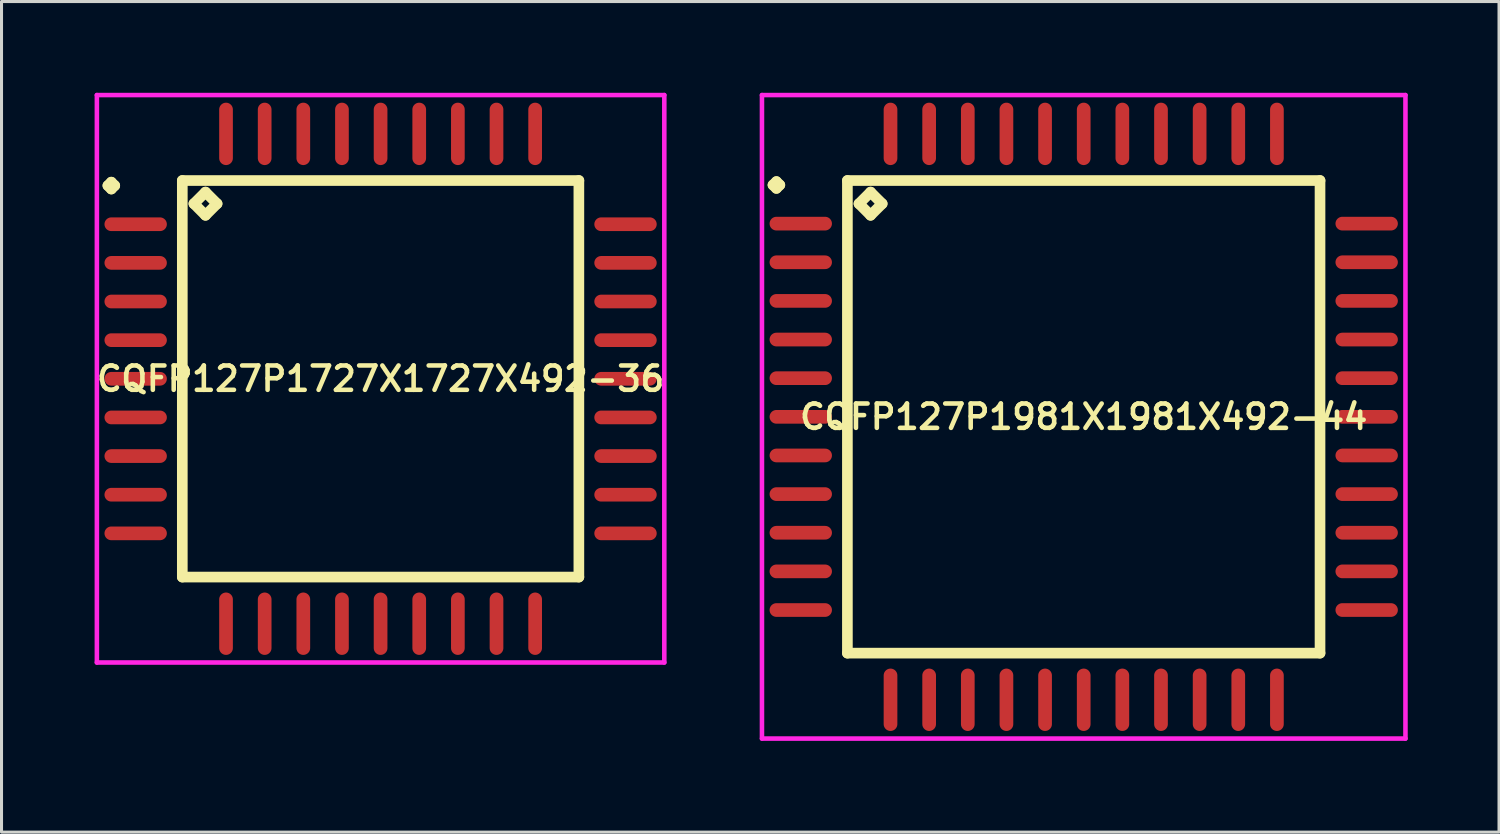
<source format=kicad_pcb>
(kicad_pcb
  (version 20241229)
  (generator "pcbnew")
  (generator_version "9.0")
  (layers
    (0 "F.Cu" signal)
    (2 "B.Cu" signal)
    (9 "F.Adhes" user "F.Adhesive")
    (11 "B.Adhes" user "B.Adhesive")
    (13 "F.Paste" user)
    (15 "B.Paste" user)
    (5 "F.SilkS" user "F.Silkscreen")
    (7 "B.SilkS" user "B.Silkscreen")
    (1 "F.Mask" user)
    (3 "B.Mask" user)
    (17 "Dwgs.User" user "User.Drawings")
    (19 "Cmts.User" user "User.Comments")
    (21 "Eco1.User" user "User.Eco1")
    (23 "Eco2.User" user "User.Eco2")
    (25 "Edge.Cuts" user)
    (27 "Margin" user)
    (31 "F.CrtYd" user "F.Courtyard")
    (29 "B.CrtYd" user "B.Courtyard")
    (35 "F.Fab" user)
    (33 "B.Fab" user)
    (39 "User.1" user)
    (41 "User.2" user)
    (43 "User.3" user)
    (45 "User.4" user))
  (footprint "CQFP127P1981X1981X492-44"
    (layer "F.Cu")
    (at 32.569 10.65)
    (property "Reference" "CQFP127P1981X1981X492-44" (at 0 0 0) (layer "F.SilkS") (effects (font (size 0.8 0.8) (thickness 0.15))))
    (attr smd)
    (fp_line (start -10.213 -7.62) (end -10.1 -7.732) (stroke (width 0.35) (type solid)) (layer "F.SilkS"))
    (fp_line (start -10.1 -7.732) (end -9.988 -7.62) (stroke (width 0.35) (type solid)) (layer "F.SilkS"))
    (fp_line (start -10.1 -7.508) (end -10.213 -7.62) (stroke (width 0.35) (type solid)) (layer "F.SilkS"))
    (fp_line (start -9.988 -7.62) (end -10.1 -7.508) (stroke (width 0.35) (type solid)) (layer "F.SilkS"))
    (fp_line (start -7.767 -7.767) (end -7.767 7.767) (stroke (width 0.35) (type solid)) (layer "F.SilkS"))
    (fp_line (start -7.767 7.767) (end 7.767 7.767) (stroke (width 0.35) (type solid)) (layer "F.SilkS"))
    (fp_line (start -7.386 -7.005) (end -7.005 -7.386) (stroke (width 0.35) (type solid)) (layer "F.SilkS"))
    (fp_line (start -7.005 -7.386) (end -6.624 -7.005) (stroke (width 0.35) (type solid)) (layer "F.SilkS"))
    (fp_line (start -7.005 -6.624) (end -7.386 -7.005) (stroke (width 0.35) (type solid)) (layer "F.SilkS"))
    (fp_line (start -6.624 -7.005) (end -7.005 -6.624) (stroke (width 0.35) (type solid)) (layer "F.SilkS"))
    (fp_line (start 7.767 -7.767) (end -7.767 -7.767) (stroke (width 0.35) (type solid)) (layer "F.SilkS"))
    (fp_line (start 7.767 7.767) (end 7.767 -7.767) (stroke (width 0.35) (type solid)) (layer "F.SilkS"))
    (fp_line (start -10.575 -10.575) (end 10.575 -10.575) (stroke (width 0.15) (type solid)) (layer "F.CrtYd"))
    (fp_line (start -10.575 10.575) (end -10.575 -10.575) (stroke (width 0.15) (type solid)) (layer "F.CrtYd"))
    (fp_line (start 10.575 -10.575) (end 10.575 10.575) (stroke (width 0.15) (type solid)) (layer "F.CrtYd"))
    (fp_line (start 10.575 10.575) (end -10.575 10.575) (stroke (width 0.15) (type solid)) (layer "F.CrtYd"))
    (pad "1" smd oval (at -9.3 -6.35) (size 2.05 0.45) (layers "F.Cu" "F.Mask" "F.Paste"))
    (pad "2" smd oval (at -9.3 -5.08) (size 2.05 0.45) (layers "F.Cu" "F.Mask" "F.Paste"))
    (pad "3" smd oval (at -9.3 -3.81) (size 2.05 0.45) (layers "F.Cu" "F.Mask" "F.Paste"))
    (pad "4" smd oval (at -9.3 -2.54) (size 2.05 0.45) (layers "F.Cu" "F.Mask" "F.Paste"))
    (pad "5" smd oval (at -9.3 -1.27) (size 2.05 0.45) (layers "F.Cu" "F.Mask" "F.Paste"))
    (pad "6" smd oval (at -9.3 0) (size 2.05 0.45) (layers "F.Cu" "F.Mask" "F.Paste"))
    (pad "7" smd oval (at -9.3 1.27) (size 2.05 0.45) (layers "F.Cu" "F.Mask" "F.Paste"))
    (pad "8" smd oval (at -9.3 2.54) (size 2.05 0.45) (layers "F.Cu" "F.Mask" "F.Paste"))
    (pad "9" smd oval (at -9.3 3.81) (size 2.05 0.45) (layers "F.Cu" "F.Mask" "F.Paste"))
    (pad "10" smd oval (at -9.3 5.08) (size 2.05 0.45) (layers "F.Cu" "F.Mask" "F.Paste"))
    (pad "11" smd oval (at -9.3 6.35) (size 2.05 0.45) (layers "F.Cu" "F.Mask" "F.Paste"))
    (pad "12" smd oval (at -6.35 9.3) (size 0.45 2.05) (layers "F.Cu" "F.Mask" "F.Paste"))
    (pad "13" smd oval (at -5.08 9.3) (size 0.45 2.05) (layers "F.Cu" "F.Mask" "F.Paste"))
    (pad "14" smd oval (at -3.81 9.3) (size 0.45 2.05) (layers "F.Cu" "F.Mask" "F.Paste"))
    (pad "15" smd oval (at -2.54 9.3) (size 0.45 2.05) (layers "F.Cu" "F.Mask" "F.Paste"))
    (pad "16" smd oval (at -1.27 9.3) (size 0.45 2.05) (layers "F.Cu" "F.Mask" "F.Paste"))
    (pad "17" smd oval (at 0 9.3) (size 0.45 2.05) (layers "F.Cu" "F.Mask" "F.Paste"))
    (pad "18" smd oval (at 1.27 9.3) (size 0.45 2.05) (layers "F.Cu" "F.Mask" "F.Paste"))
    (pad "19" smd oval (at 2.54 9.3) (size 0.45 2.05) (layers "F.Cu" "F.Mask" "F.Paste"))
    (pad "20" smd oval (at 3.81 9.3) (size 0.45 2.05) (layers "F.Cu" "F.Mask" "F.Paste"))
    (pad "21" smd oval (at 5.08 9.3) (size 0.45 2.05) (layers "F.Cu" "F.Mask" "F.Paste"))
    (pad "22" smd oval (at 6.35 9.3) (size 0.45 2.05) (layers "F.Cu" "F.Mask" "F.Paste"))
    (pad "23" smd oval (at 9.3 6.35) (size 2.05 0.45) (layers "F.Cu" "F.Mask" "F.Paste"))
    (pad "24" smd oval (at 9.3 5.08) (size 2.05 0.45) (layers "F.Cu" "F.Mask" "F.Paste"))
    (pad "25" smd oval (at 9.3 3.81) (size 2.05 0.45) (layers "F.Cu" "F.Mask" "F.Paste"))
    (pad "26" smd oval (at 9.3 2.54) (size 2.05 0.45) (layers "F.Cu" "F.Mask" "F.Paste"))
    (pad "27" smd oval (at 9.3 1.27) (size 2.05 0.45) (layers "F.Cu" "F.Mask" "F.Paste"))
    (pad "28" smd oval (at 9.3 0) (size 2.05 0.45) (layers "F.Cu" "F.Mask" "F.Paste"))
    (pad "29" smd oval (at 9.3 -1.27) (size 2.05 0.45) (layers "F.Cu" "F.Mask" "F.Paste"))
    (pad "30" smd oval (at 9.3 -2.54) (size 2.05 0.45) (layers "F.Cu" "F.Mask" "F.Paste"))
    (pad "31" smd oval (at 9.3 -3.81) (size 2.05 0.45) (layers "F.Cu" "F.Mask" "F.Paste"))
    (pad "32" smd oval (at 9.3 -5.08) (size 2.05 0.45) (layers "F.Cu" "F.Mask" "F.Paste"))
    (pad "33" smd oval (at 9.3 -6.35) (size 2.05 0.45) (layers "F.Cu" "F.Mask" "F.Paste"))
    (pad "34" smd oval (at 6.35 -9.3) (size 0.45 2.05) (layers "F.Cu" "F.Mask" "F.Paste"))
    (pad "35" smd oval (at 5.08 -9.3) (size 0.45 2.05) (layers "F.Cu" "F.Mask" "F.Paste"))
    (pad "36" smd oval (at 3.81 -9.3) (size 0.45 2.05) (layers "F.Cu" "F.Mask" "F.Paste"))
    (pad "37" smd oval (at 2.54 -9.3) (size 0.45 2.05) (layers "F.Cu" "F.Mask" "F.Paste"))
    (pad "38" smd oval (at 1.27 -9.3) (size 0.45 2.05) (layers "F.Cu" "F.Mask" "F.Paste"))
    (pad "39" smd oval (at 0 -9.3) (size 0.45 2.05) (layers "F.Cu" "F.Mask" "F.Paste"))
    (pad "40" smd oval (at -1.27 -9.3) (size 0.45 2.05) (layers "F.Cu" "F.Mask" "F.Paste"))
    (pad "41" smd oval (at -2.54 -9.3) (size 0.45 2.05) (layers "F.Cu" "F.Mask" "F.Paste"))
    (pad "42" smd oval (at -3.81 -9.3) (size 0.45 2.05) (layers "F.Cu" "F.Mask" "F.Paste"))
    (pad "43" smd oval (at -5.08 -9.3) (size 0.45 2.05) (layers "F.Cu" "F.Mask" "F.Paste"))
    (pad "44" smd oval (at -6.35 -9.3) (size 0.45 2.05) (layers "F.Cu" "F.Mask" "F.Paste")))
  (footprint "CQFP127P1727X1727X492-36"
    (layer "F.Cu")
    (at 9.459 9.4)
    (property "Reference" "CQFP127P1727X1727X492-36" (at 0 0 0) (layer "F.SilkS") (effects (font (size 0.8 0.8) (thickness 0.15))))
    (attr smd)
    (fp_line (start -8.963 -6.35) (end -8.85 -6.463) (stroke (width 0.35) (type solid)) (layer "F.SilkS"))
    (fp_line (start -8.85 -6.463) (end -8.738 -6.35) (stroke (width 0.35) (type solid)) (layer "F.SilkS"))
    (fp_line (start -8.85 -6.237) (end -8.963 -6.35) (stroke (width 0.35) (type solid)) (layer "F.SilkS"))
    (fp_line (start -8.738 -6.35) (end -8.85 -6.237) (stroke (width 0.35) (type solid)) (layer "F.SilkS"))
    (fp_line (start -6.517 -6.517) (end -6.517 6.517) (stroke (width 0.35) (type solid)) (layer "F.SilkS"))
    (fp_line (start -6.517 6.517) (end 6.517 6.517) (stroke (width 0.35) (type solid)) (layer "F.SilkS"))
    (fp_line (start -6.136 -5.755) (end -5.755 -6.136) (stroke (width 0.35) (type solid)) (layer "F.SilkS"))
    (fp_line (start -5.755 -6.136) (end -5.374 -5.755) (stroke (width 0.35) (type solid)) (layer "F.SilkS"))
    (fp_line (start -5.755 -5.374) (end -6.136 -5.755) (stroke (width 0.35) (type solid)) (layer "F.SilkS"))
    (fp_line (start -5.374 -5.755) (end -5.755 -5.374) (stroke (width 0.35) (type solid)) (layer "F.SilkS"))
    (fp_line (start 6.517 -6.517) (end -6.517 -6.517) (stroke (width 0.35) (type solid)) (layer "F.SilkS"))
    (fp_line (start 6.517 6.517) (end 6.517 -6.517) (stroke (width 0.35) (type solid)) (layer "F.SilkS"))
    (fp_line (start -9.325 -9.325) (end 9.325 -9.325) (stroke (width 0.15) (type solid)) (layer "F.CrtYd"))
    (fp_line (start -9.325 9.325) (end -9.325 -9.325) (stroke (width 0.15) (type solid)) (layer "F.CrtYd"))
    (fp_line (start 9.325 -9.325) (end 9.325 9.325) (stroke (width 0.15) (type solid)) (layer "F.CrtYd"))
    (fp_line (start 9.325 9.325) (end -9.325 9.325) (stroke (width 0.15) (type solid)) (layer "F.CrtYd"))
    (pad "1" smd oval (at -8.05 -5.08) (size 2.05 0.45) (layers "F.Cu" "F.Mask" "F.Paste"))
    (pad "2" smd oval (at -8.05 -3.81) (size 2.05 0.45) (layers "F.Cu" "F.Mask" "F.Paste"))
    (pad "3" smd oval (at -8.05 -2.54) (size 2.05 0.45) (layers "F.Cu" "F.Mask" "F.Paste"))
    (pad "4" smd oval (at -8.05 -1.27) (size 2.05 0.45) (layers "F.Cu" "F.Mask" "F.Paste"))
    (pad "5" smd oval (at -8.05 0) (size 2.05 0.45) (layers "F.Cu" "F.Mask" "F.Paste"))
    (pad "6" smd oval (at -8.05 1.27) (size 2.05 0.45) (layers "F.Cu" "F.Mask" "F.Paste"))
    (pad "7" smd oval (at -8.05 2.54) (size 2.05 0.45) (layers "F.Cu" "F.Mask" "F.Paste"))
    (pad "8" smd oval (at -8.05 3.81) (size 2.05 0.45) (layers "F.Cu" "F.Mask" "F.Paste"))
    (pad "9" smd oval (at -8.05 5.08) (size 2.05 0.45) (layers "F.Cu" "F.Mask" "F.Paste"))
    (pad "10" smd oval (at -5.08 8.05) (size 0.45 2.05) (layers "F.Cu" "F.Mask" "F.Paste"))
    (pad "11" smd oval (at -3.81 8.05) (size 0.45 2.05) (layers "F.Cu" "F.Mask" "F.Paste"))
    (pad "12" smd oval (at -2.54 8.05) (size 0.45 2.05) (layers "F.Cu" "F.Mask" "F.Paste"))
    (pad "13" smd oval (at -1.27 8.05) (size 0.45 2.05) (layers "F.Cu" "F.Mask" "F.Paste"))
    (pad "14" smd oval (at 0 8.05) (size 0.45 2.05) (layers "F.Cu" "F.Mask" "F.Paste"))
    (pad "15" smd oval (at 1.27 8.05) (size 0.45 2.05) (layers "F.Cu" "F.Mask" "F.Paste"))
    (pad "16" smd oval (at 2.54 8.05) (size 0.45 2.05) (layers "F.Cu" "F.Mask" "F.Paste"))
    (pad "17" smd oval (at 3.81 8.05) (size 0.45 2.05) (layers "F.Cu" "F.Mask" "F.Paste"))
    (pad "18" smd oval (at 5.08 8.05) (size 0.45 2.05) (layers "F.Cu" "F.Mask" "F.Paste"))
    (pad "19" smd oval (at 8.05 5.08) (size 2.05 0.45) (layers "F.Cu" "F.Mask" "F.Paste"))
    (pad "20" smd oval (at 8.05 3.81) (size 2.05 0.45) (layers "F.Cu" "F.Mask" "F.Paste"))
    (pad "21" smd oval (at 8.05 2.54) (size 2.05 0.45) (layers "F.Cu" "F.Mask" "F.Paste"))
    (pad "22" smd oval (at 8.05 1.27) (size 2.05 0.45) (layers "F.Cu" "F.Mask" "F.Paste"))
    (pad "23" smd oval (at 8.05 0) (size 2.05 0.45) (layers "F.Cu" "F.Mask" "F.Paste"))
    (pad "24" smd oval (at 8.05 -1.27) (size 2.05 0.45) (layers "F.Cu" "F.Mask" "F.Paste"))
    (pad "25" smd oval (at 8.05 -2.54) (size 2.05 0.45) (layers "F.Cu" "F.Mask" "F.Paste"))
    (pad "26" smd oval (at 8.05 -3.81) (size 2.05 0.45) (layers "F.Cu" "F.Mask" "F.Paste"))
    (pad "27" smd oval (at 8.05 -5.08) (size 2.05 0.45) (layers "F.Cu" "F.Mask" "F.Paste"))
    (pad "28" smd oval (at 5.08 -8.05) (size 0.45 2.05) (layers "F.Cu" "F.Mask" "F.Paste"))
    (pad "29" smd oval (at 3.81 -8.05) (size 0.45 2.05) (layers "F.Cu" "F.Mask" "F.Paste"))
    (pad "30" smd oval (at 2.54 -8.05) (size 0.45 2.05) (layers "F.Cu" "F.Mask" "F.Paste"))
    (pad "31" smd oval (at 1.27 -8.05) (size 0.45 2.05) (layers "F.Cu" "F.Mask" "F.Paste"))
    (pad "32" smd oval (at 0 -8.05) (size 0.45 2.05) (layers "F.Cu" "F.Mask" "F.Paste"))
    (pad "33" smd oval (at -1.27 -8.05) (size 0.45 2.05) (layers "F.Cu" "F.Mask" "F.Paste"))
    (pad "34" smd oval (at -2.54 -8.05) (size 0.45 2.05) (layers "F.Cu" "F.Mask" "F.Paste"))
    (pad "35" smd oval (at -3.81 -8.05) (size 0.45 2.05) (layers "F.Cu" "F.Mask" "F.Paste"))
    (pad "36" smd oval (at -5.08 -8.05) (size 0.45 2.05) (layers "F.Cu" "F.Mask" "F.Paste")))
  (gr_rect
    (start -3 -3)
    (end 46.219 24.3)
    (stroke (width 0.1) (type default))
    (fill no)
    (layer "Edge.Cuts")))
</source>
